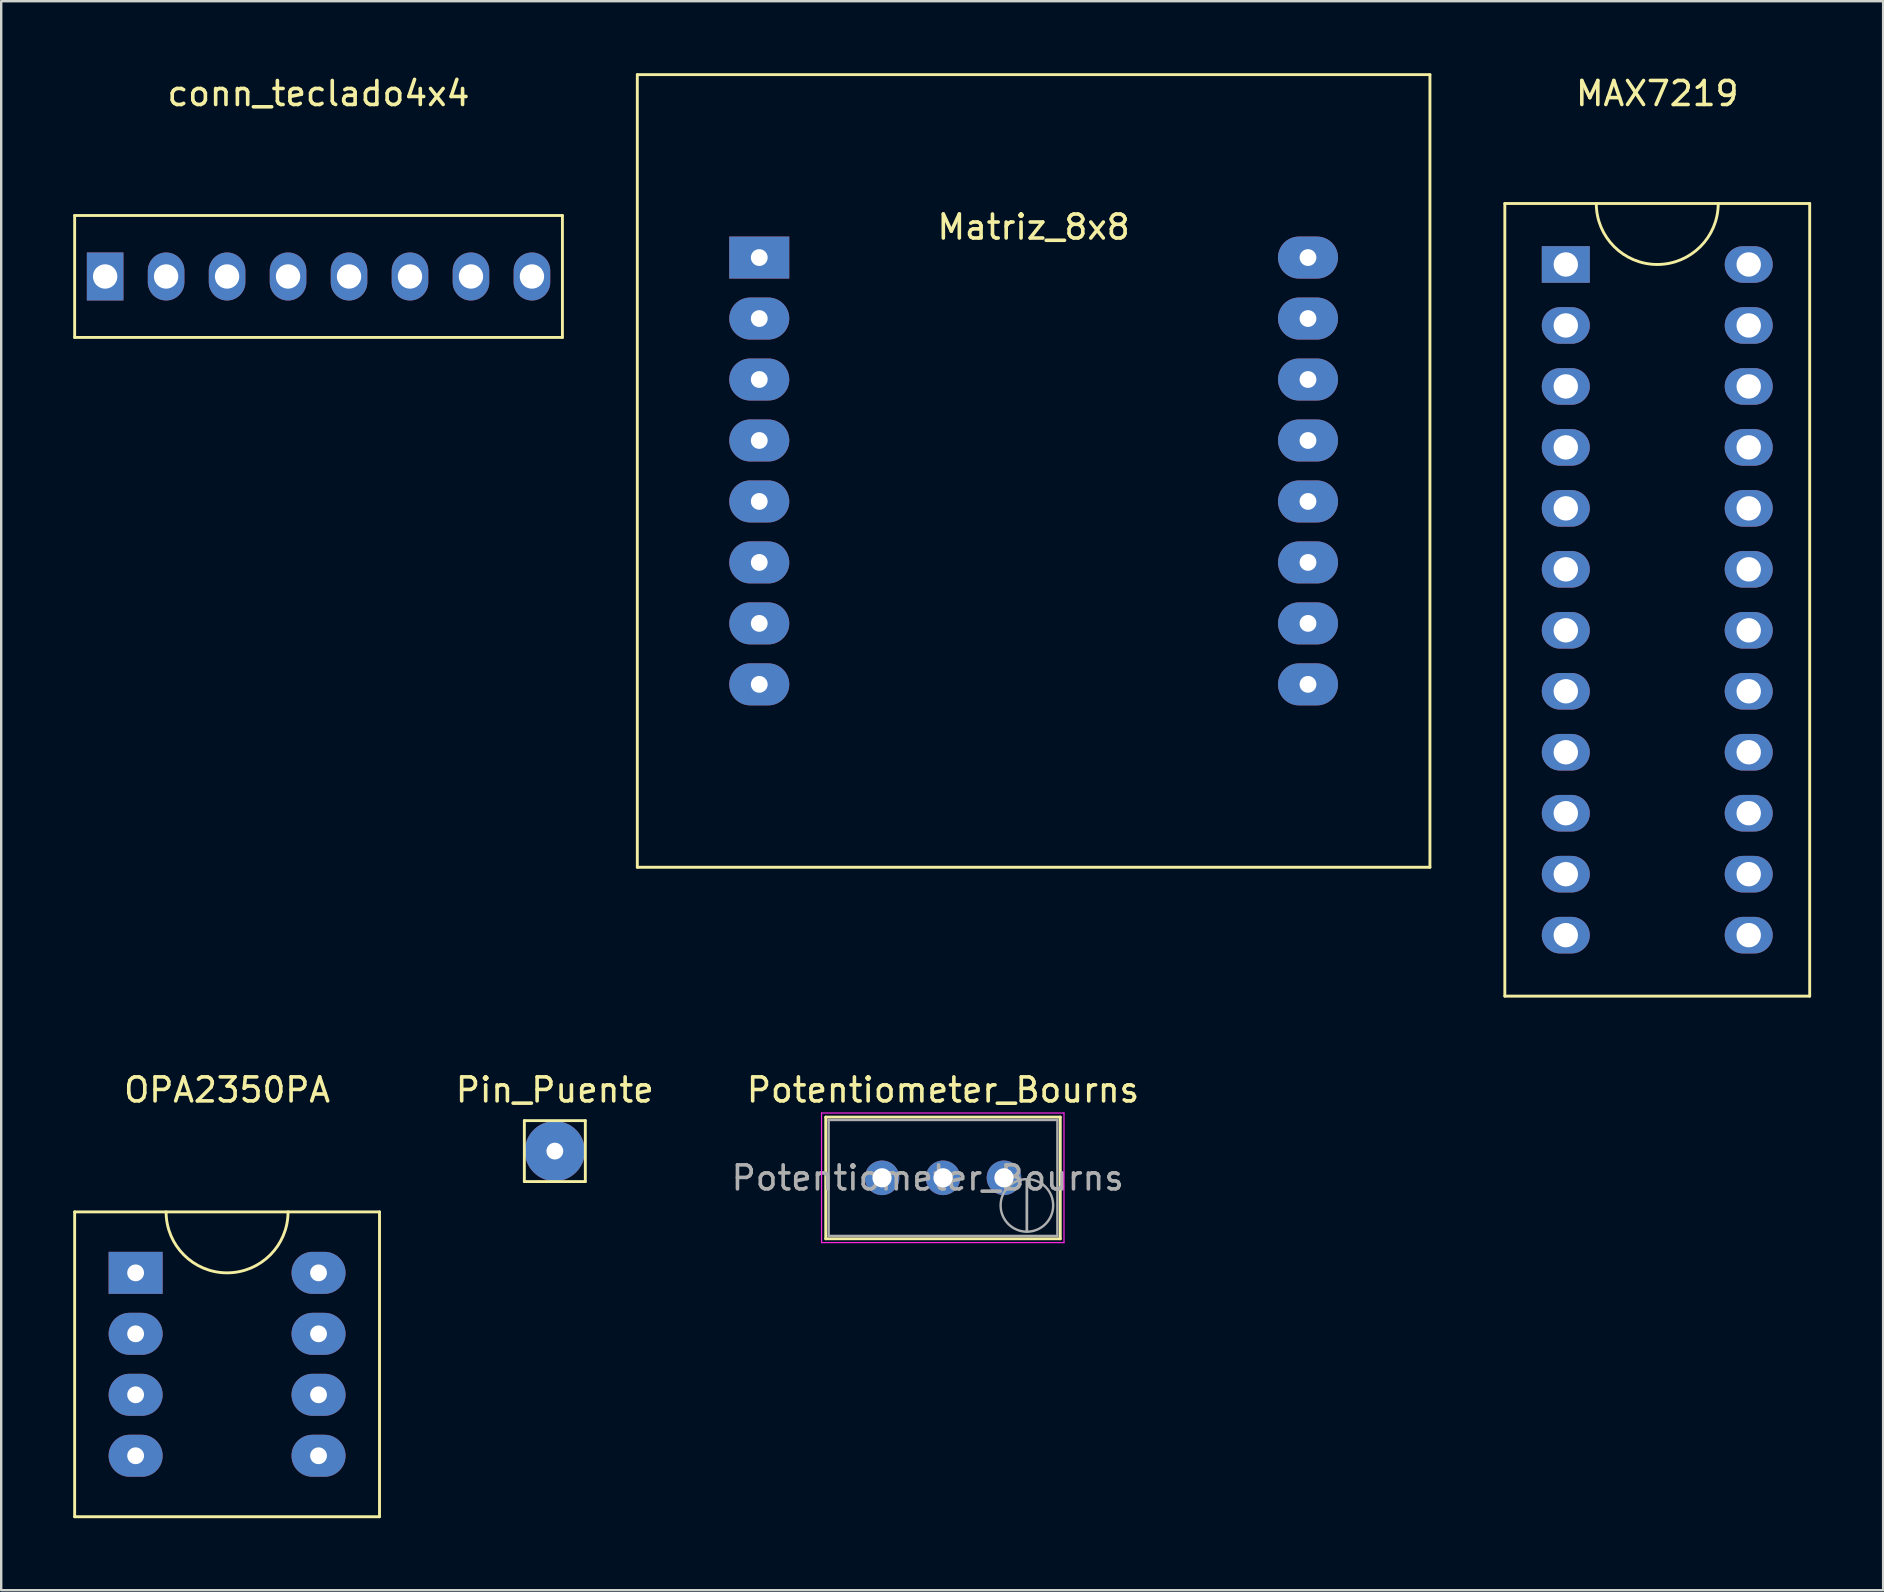
<source format=kicad_pcb>
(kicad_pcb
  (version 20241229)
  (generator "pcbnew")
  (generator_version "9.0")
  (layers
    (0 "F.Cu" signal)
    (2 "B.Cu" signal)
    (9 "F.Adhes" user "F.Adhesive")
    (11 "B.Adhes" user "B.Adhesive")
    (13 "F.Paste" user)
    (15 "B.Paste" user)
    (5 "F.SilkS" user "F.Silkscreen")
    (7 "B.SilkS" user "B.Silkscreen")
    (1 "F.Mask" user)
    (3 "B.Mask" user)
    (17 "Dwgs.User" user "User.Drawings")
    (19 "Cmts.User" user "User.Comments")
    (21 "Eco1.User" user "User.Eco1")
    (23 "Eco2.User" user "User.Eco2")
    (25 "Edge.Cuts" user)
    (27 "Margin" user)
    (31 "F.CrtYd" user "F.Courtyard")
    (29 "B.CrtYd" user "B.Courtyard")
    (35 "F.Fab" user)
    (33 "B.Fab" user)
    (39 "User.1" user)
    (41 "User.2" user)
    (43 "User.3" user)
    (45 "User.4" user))
  (footprint "conn_teclado4x4"
    (layer "F.Cu")
    (at 10.22 8.468)
    (property "Reference" "conn_teclado4x4" (at 0 -7.62 0) (layer "F.SilkS") (effects (font (size 1 1) (thickness 0.15))))
    (attr through_hole)
    (fp_line (start -10.16 -2.54) (end -10.16 2.54) (stroke (width 0.12) (type solid)) (layer "F.SilkS"))
    (fp_line (start -10.16 2.54) (end 10.16 2.54) (stroke (width 0.12) (type solid)) (layer "F.SilkS"))
    (fp_line (start 10.16 -2.54) (end -10.16 -2.54) (stroke (width 0.12) (type solid)) (layer "F.SilkS"))
    (fp_line (start 10.16 2.54) (end 10.16 -2.54) (stroke (width 0.12) (type solid)) (layer "F.SilkS"))
    (pad "1" thru_hole rect (at -8.89 0) (size 1.524 2) (drill 1.016) (layers "*.Cu" "*.Mask"))
    (pad "2" thru_hole oval (at -6.35 0) (size 1.524 2) (drill 1.016) (layers "*.Cu" "*.Mask"))
    (pad "3" thru_hole oval (at -3.81 0) (size 1.524 2) (drill 1.016) (layers "*.Cu" "*.Mask"))
    (pad "4" thru_hole oval (at -1.27 0) (size 1.524 2) (drill 1.016) (layers "*.Cu" "*.Mask"))
    (pad "5" thru_hole oval (at 1.27 0) (size 1.524 2) (drill 1.016) (layers "*.Cu" "*.Mask"))
    (pad "6" thru_hole oval (at 3.81 0) (size 1.524 2) (drill 1.016) (layers "*.Cu" "*.Mask"))
    (pad "7" thru_hole oval (at 6.35 0) (size 1.524 2) (drill 1.016) (layers "*.Cu" "*.Mask"))
    (pad "8" thru_hole oval (at 8.89 0) (size 1.524 2) (drill 1.016) (layers "*.Cu" "*.Mask")))
  (footprint "Matriz_8x8"
    (layer "F.Cu")
    (at 40.01 16.57)
    (property "Reference" "Matriz_8x8" (at 0 -10.16 0) (layer "F.SilkS") (effects (font (size 1 1) (thickness 0.15))))
    (attr through_hole)
    (fp_line (start -16.51 -16.51) (end 16.51 -16.51) (stroke (width 0.12) (type solid)) (layer "F.SilkS"))
    (fp_line (start -16.51 16.51) (end -16.51 -16.51) (stroke (width 0.12) (type solid)) (layer "F.SilkS"))
    (fp_line (start 16.51 -16.51) (end 16.51 16.51) (stroke (width 0.12) (type solid)) (layer "F.SilkS"))
    (fp_line (start 16.51 16.51) (end -16.51 16.51) (stroke (width 0.12) (type solid)) (layer "F.SilkS"))
    (pad "1" thru_hole rect (at -11.43 -8.89) (size 2.5 1.75) (drill 0.7) (layers "*.Cu" "*.Mask"))
    (pad "2" thru_hole oval (at -11.43 -6.35) (size 2.5 1.75) (drill 0.7) (layers "*.Cu" "*.Mask"))
    (pad "3" thru_hole oval (at -11.43 -3.81) (size 2.5 1.75) (drill 0.7) (layers "*.Cu" "*.Mask"))
    (pad "4" thru_hole oval (at -11.43 -1.27) (size 2.5 1.75) (drill 0.7) (layers "*.Cu" "*.Mask"))
    (pad "5" thru_hole oval (at -11.43 1.27) (size 2.5 1.75) (drill 0.7) (layers "*.Cu" "*.Mask"))
    (pad "6" thru_hole oval (at -11.43 3.81) (size 2.5 1.75) (drill 0.7) (layers "*.Cu" "*.Mask"))
    (pad "7" thru_hole oval (at -11.43 6.35) (size 2.5 1.75) (drill 0.7) (layers "*.Cu" "*.Mask"))
    (pad "8" thru_hole oval (at -11.43 8.89) (size 2.5 1.75) (drill 0.7) (layers "*.Cu" "*.Mask"))
    (pad "9" thru_hole oval (at 11.43 8.89) (size 2.5 1.75) (drill 0.7) (layers "*.Cu" "*.Mask"))
    (pad "10" thru_hole oval (at 11.43 6.35) (size 2.5 1.75) (drill 0.7) (layers "*.Cu" "*.Mask"))
    (pad "11" thru_hole oval (at 11.43 3.81) (size 2.5 1.75) (drill 0.7) (layers "*.Cu" "*.Mask"))
    (pad "12" thru_hole oval (at 11.43 1.27) (size 2.5 1.75) (drill 0.7) (layers "*.Cu" "*.Mask"))
    (pad "13" thru_hole oval (at 11.43 -1.27) (size 2.5 1.75) (drill 0.7) (layers "*.Cu" "*.Mask"))
    (pad "14" thru_hole oval (at 11.43 -3.81) (size 2.5 1.75) (drill 0.7) (layers "*.Cu" "*.Mask"))
    (pad "15" thru_hole oval (at 11.43 -6.35) (size 2.5 1.75) (drill 0.7) (layers "*.Cu" "*.Mask"))
    (pad "16" thru_hole oval (at 11.43 -8.89) (size 2.5 1.75) (drill 0.7) (layers "*.Cu" "*.Mask")))
  (footprint "Potentiometer_Bourns"
    (layer "F.Cu")
    (at 38.775 46.017)
    (property "Reference" "Potentiometer_Bourns" (at -2.54 -3.66 0) (layer "F.SilkS") (effects (font (size 1 1) (thickness 0.15))))
    (attr through_hole)
    (fp_line (start -7.425 -2.53) (end -7.425 2.54) (stroke (width 0.12) (type solid)) (layer "F.SilkS"))
    (fp_line (start -7.425 -2.53) (end 2.345 -2.53) (stroke (width 0.12) (type solid)) (layer "F.SilkS"))
    (fp_line (start -7.425 2.54) (end 2.345 2.54) (stroke (width 0.12) (type solid)) (layer "F.SilkS"))
    (fp_line (start 2.345 -2.53) (end 2.345 2.54) (stroke (width 0.12) (type solid)) (layer "F.SilkS"))
    (fp_line (start -7.6 -2.7) (end -7.6 2.7) (stroke (width 0.05) (type solid)) (layer "F.CrtYd"))
    (fp_line (start -7.6 2.7) (end 2.5 2.7) (stroke (width 0.05) (type solid)) (layer "F.CrtYd"))
    (fp_line (start 2.5 -2.7) (end -7.6 -2.7) (stroke (width 0.05) (type solid)) (layer "F.CrtYd"))
    (fp_line (start 2.5 2.7) (end 2.5 -2.7) (stroke (width 0.05) (type solid)) (layer "F.CrtYd"))
    (fp_line (start -7.305 -2.41) (end -7.305 2.42) (stroke (width 0.1) (type solid)) (layer "F.Fab"))
    (fp_line (start -7.305 2.42) (end 2.225 2.42) (stroke (width 0.1) (type solid)) (layer "F.Fab"))
    (fp_line (start 0.955 2.235) (end 0.956 0.066) (stroke (width 0.1) (type solid)) (layer "F.Fab"))
    (fp_line (start 0.955 2.235) (end 0.956 0.066) (stroke (width 0.1) (type solid)) (layer "F.Fab"))
    (fp_line (start 2.225 -2.41) (end -7.305 -2.41) (stroke (width 0.1) (type solid)) (layer "F.Fab"))
    (fp_line (start 2.225 2.42) (end 2.225 -2.41) (stroke (width 0.1) (type solid)) (layer "F.Fab"))
    (fp_circle (center 0.955 1.15) (end 2.05 1.15) (stroke (width 0.1) (type solid)) (fill no) (layer "F.Fab"))
    (fp_text user "${REFERENCE}" (at -3.175 0.005 0) (layer "F.Fab") (effects (font (size 1 1) (thickness 0.15))))
    (pad "1" thru_hole circle (at 0 0) (size 1.44 1.44) (drill 0.8) (layers "*.Cu" "*.Mask"))
    (pad "2" thru_hole circle (at -2.54 0) (size 1.44 1.44) (drill 0.8) (layers "*.Cu" "*.Mask"))
    (pad "3" thru_hole circle (at -5.08 0) (size 1.44 1.44) (drill 0.8) (layers "*.Cu" "*.Mask")))
  (footprint "MAX7219"
    (layer "F.Cu")
    (at 65.99 21.938)
    (property "Reference" "MAX7219" (at 0 -21.09 0) (layer "F.SilkS") (effects (font (size 1 1) (thickness 0.15))))
    (attr through_hole)
    (fp_line (start -6.35 -16.51) (end -6.35 16.51) (stroke (width 0.12) (type solid)) (layer "F.SilkS"))
    (fp_line (start -6.35 16.51) (end 6.35 16.51) (stroke (width 0.12) (type solid)) (layer "F.SilkS"))
    (fp_line (start 6.35 -16.51) (end -6.35 -16.51) (stroke (width 0.12) (type solid)) (layer "F.SilkS"))
    (fp_line (start 6.35 16.51) (end 6.35 -16.51) (stroke (width 0.12) (type solid)) (layer "F.SilkS"))
    (fp_arc (start 2.54 -16.51) (mid 0 -13.97) (end -2.54 -16.51) (stroke (width 0.12) (type solid)) (layer "F.SilkS"))
    (pad "1" thru_hole rect (at -3.81 -13.97) (size 2 1.524) (drill 1.016) (layers "*.Cu" "*.Mask"))
    (pad "2" thru_hole oval (at -3.81 -11.43) (size 2 1.524) (drill 1.016) (layers "*.Cu" "*.Mask"))
    (pad "3" thru_hole oval (at -3.81 -8.89) (size 2 1.524) (drill 1.016) (layers "*.Cu" "*.Mask"))
    (pad "4" thru_hole oval (at -3.81 -6.35) (size 2 1.524) (drill 1.016) (layers "*.Cu" "*.Mask"))
    (pad "5" thru_hole oval (at -3.81 -3.81) (size 2 1.524) (drill 1.016) (layers "*.Cu" "*.Mask"))
    (pad "6" thru_hole oval (at -3.81 -1.27) (size 2 1.524) (drill 1.016) (layers "*.Cu" "*.Mask"))
    (pad "7" thru_hole oval (at -3.81 1.27) (size 2 1.524) (drill 1.016) (layers "*.Cu" "*.Mask"))
    (pad "8" thru_hole oval (at -3.81 3.81) (size 2 1.524) (drill 1.016) (layers "*.Cu" "*.Mask"))
    (pad "9" thru_hole oval (at -3.81 6.35) (size 2 1.524) (drill 1.016) (layers "*.Cu" "*.Mask"))
    (pad "10" thru_hole oval (at -3.81 8.89) (size 2 1.524) (drill 1.016) (layers "*.Cu" "*.Mask"))
    (pad "11" thru_hole oval (at -3.81 11.43) (size 2 1.524) (drill 1.016) (layers "*.Cu" "*.Mask"))
    (pad "12" thru_hole oval (at -3.81 13.97) (size 2 1.524) (drill 1.016) (layers "*.Cu" "*.Mask"))
    (pad "13" thru_hole oval (at 3.81 13.97) (size 2 1.524) (drill 1.016) (layers "*.Cu" "*.Mask"))
    (pad "14" thru_hole oval (at 3.81 11.43) (size 2 1.524) (drill 1.016) (layers "*.Cu" "*.Mask"))
    (pad "15" thru_hole oval (at 3.81 8.89) (size 2 1.524) (drill 1.016) (layers "*.Cu" "*.Mask"))
    (pad "16" thru_hole oval (at 3.81 6.35) (size 2 1.524) (drill 1.016) (layers "*.Cu" "*.Mask"))
    (pad "17" thru_hole oval (at 3.81 3.81) (size 2 1.524) (drill 1.016) (layers "*.Cu" "*.Mask"))
    (pad "18" thru_hole oval (at 3.81 1.27) (size 2 1.524) (drill 1.016) (layers "*.Cu" "*.Mask"))
    (pad "19" thru_hole oval (at 3.81 -1.27) (size 2 1.524) (drill 1.016) (layers "*.Cu" "*.Mask"))
    (pad "20" thru_hole oval (at 3.81 -3.81) (size 2 1.524) (drill 1.016) (layers "*.Cu" "*.Mask"))
    (pad "21" thru_hole oval (at 3.81 -6.35) (size 2 1.524) (drill 1.016) (layers "*.Cu" "*.Mask"))
    (pad "22" thru_hole oval (at 3.81 -8.89) (size 2 1.524) (drill 1.016) (layers "*.Cu" "*.Mask"))
    (pad "23" thru_hole oval (at 3.81 -11.43) (size 2 1.524) (drill 1.016) (layers "*.Cu" "*.Mask"))
    (pad "24" thru_hole oval (at 3.81 -13.97) (size 2 1.524) (drill 1.016) (layers "*.Cu" "*.Mask")))
  (footprint "OPA2350PA"
    (layer "F.Cu")
    (at 6.41 53.786)
    (property "Reference" "OPA2350PA" (at 0 -11.43 0) (layer "F.SilkS") (effects (font (size 1 1) (thickness 0.15))))
    (attr through_hole)
    (fp_line (start -6.35 -6.35) (end -6.35 6.35) (stroke (width 0.12) (type solid)) (layer "F.SilkS"))
    (fp_line (start -6.35 6.35) (end 6.35 6.35) (stroke (width 0.12) (type solid)) (layer "F.SilkS"))
    (fp_line (start 6.35 -6.35) (end -6.35 -6.35) (stroke (width 0.12) (type solid)) (layer "F.SilkS"))
    (fp_line (start 6.35 6.35) (end 6.35 -6.35) (stroke (width 0.12) (type solid)) (layer "F.SilkS"))
    (fp_arc (start 2.54 -6.35) (mid 0 -3.81) (end -2.54 -6.35) (stroke (width 0.12) (type solid)) (layer "F.SilkS"))
    (pad "1" thru_hole rect (at -3.81 -3.81) (size 2.25 1.75) (drill 0.7) (layers "*.Cu" "*.Mask"))
    (pad "2" thru_hole oval (at -3.81 -1.27) (size 2.25 1.75) (drill 0.7) (layers "*.Cu" "*.Mask"))
    (pad "3" thru_hole oval (at -3.81 1.27) (size 2.25 1.75) (drill 0.7) (layers "*.Cu" "*.Mask"))
    (pad "4" thru_hole oval (at -3.81 3.81) (size 2.25 1.75) (drill 0.7) (layers "*.Cu" "*.Mask"))
    (pad "5" thru_hole oval (at 3.81 3.81) (size 2.25 1.75) (drill 0.7) (layers "*.Cu" "*.Mask"))
    (pad "6" thru_hole oval (at 3.81 1.27) (size 2.25 1.75) (drill 0.7) (layers "*.Cu" "*.Mask"))
    (pad "7" thru_hole oval (at 3.81 -1.27) (size 2.25 1.75) (drill 0.7) (layers "*.Cu" "*.Mask"))
    (pad "8" thru_hole oval (at 3.81 -3.81) (size 2.25 1.75) (drill 0.7) (layers "*.Cu" "*.Mask")))
  (footprint "Pin_Puente"
    (layer "F.Cu")
    (at 20.064 41.856)
    (property "Reference" "Pin_Puente" (at 0 0.5 0) (layer "F.SilkS") (effects (font (size 1 1) (thickness 0.15))))
    (attr through_hole)
    (fp_line (start -1.27 1.778) (end 1.27 1.778) (stroke (width 0.12) (type solid)) (layer "F.SilkS"))
    (fp_line (start -1.27 4.318) (end -1.27 1.778) (stroke (width 0.12) (type solid)) (layer "F.SilkS"))
    (fp_line (start 1.27 1.778) (end 1.27 4.318) (stroke (width 0.12) (type solid)) (layer "F.SilkS"))
    (fp_line (start 1.27 4.318) (end -1.27 4.318) (stroke (width 0.12) (type solid)) (layer "F.SilkS"))
    (pad "1" thru_hole circle (at 0 3.048) (size 2.5 2.5) (drill 0.7) (layers "*.Cu" "*.Mask")))
  (gr_rect
    (start -3 -3)
    (end 75.4 63.197)
    (stroke (width 0.1) (type default))
    (fill no)
    (layer "Edge.Cuts")))
</source>
